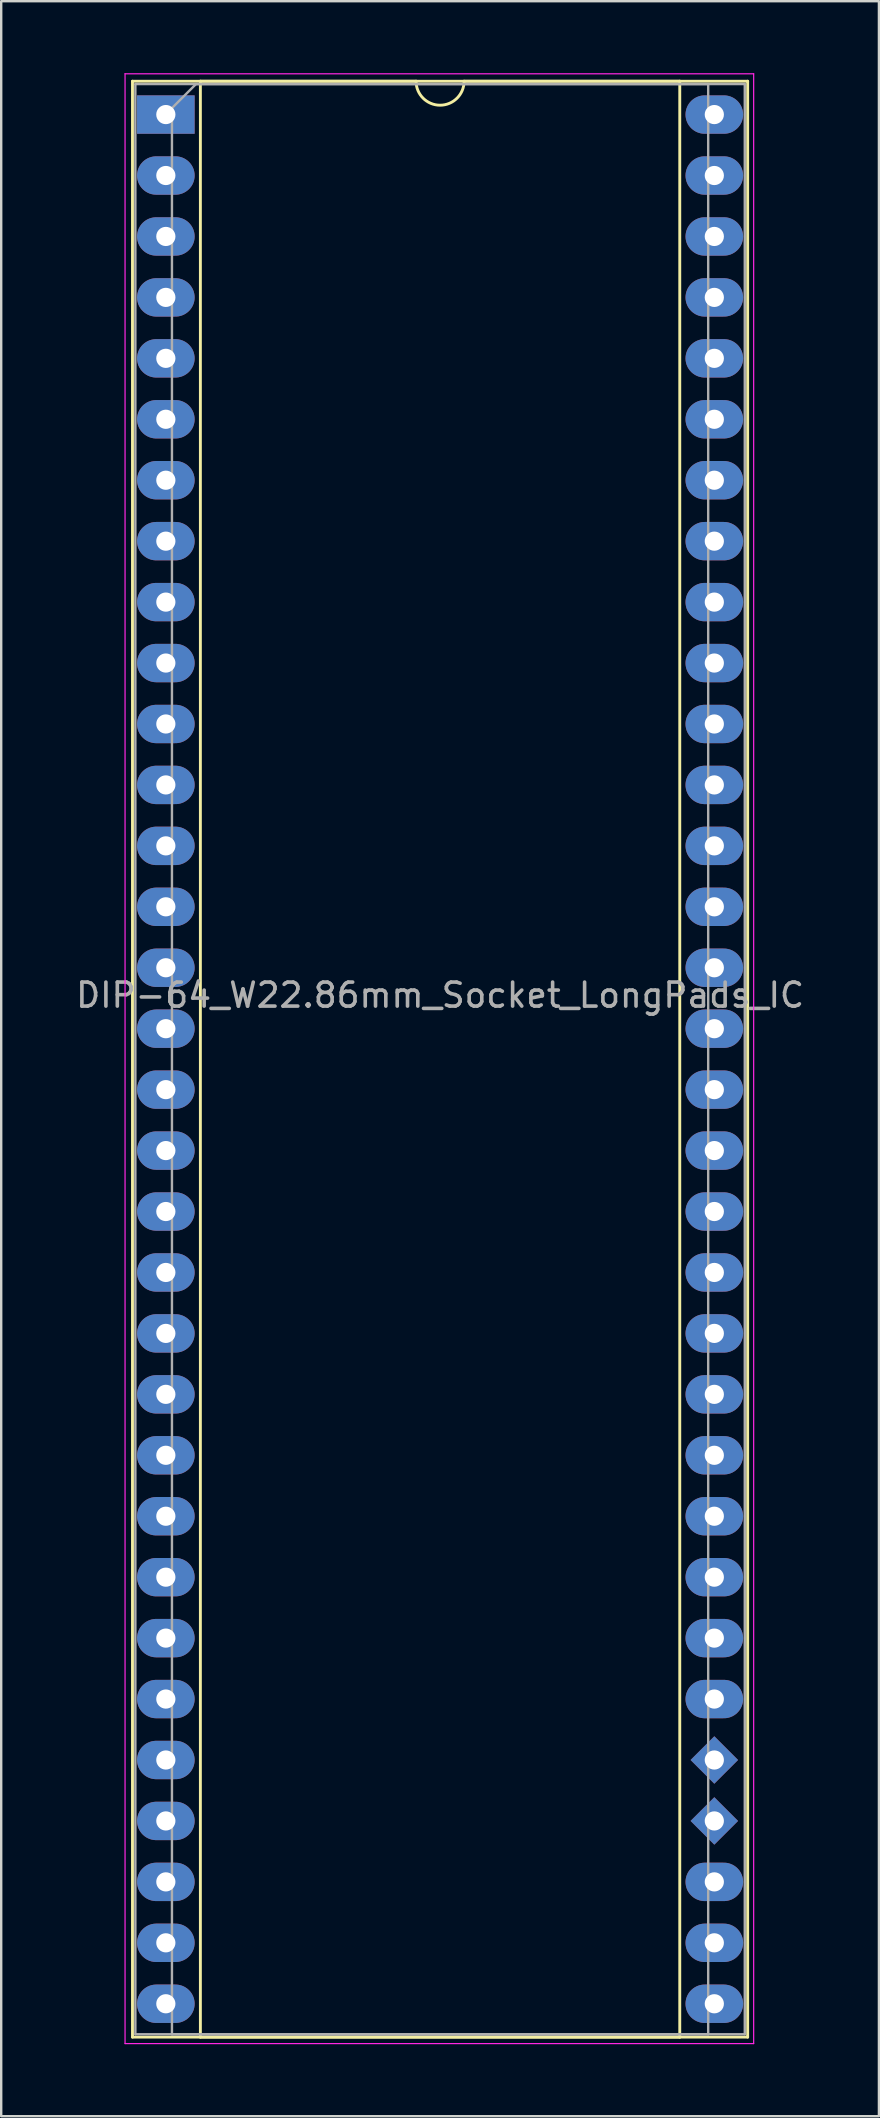
<source format=kicad_pcb>
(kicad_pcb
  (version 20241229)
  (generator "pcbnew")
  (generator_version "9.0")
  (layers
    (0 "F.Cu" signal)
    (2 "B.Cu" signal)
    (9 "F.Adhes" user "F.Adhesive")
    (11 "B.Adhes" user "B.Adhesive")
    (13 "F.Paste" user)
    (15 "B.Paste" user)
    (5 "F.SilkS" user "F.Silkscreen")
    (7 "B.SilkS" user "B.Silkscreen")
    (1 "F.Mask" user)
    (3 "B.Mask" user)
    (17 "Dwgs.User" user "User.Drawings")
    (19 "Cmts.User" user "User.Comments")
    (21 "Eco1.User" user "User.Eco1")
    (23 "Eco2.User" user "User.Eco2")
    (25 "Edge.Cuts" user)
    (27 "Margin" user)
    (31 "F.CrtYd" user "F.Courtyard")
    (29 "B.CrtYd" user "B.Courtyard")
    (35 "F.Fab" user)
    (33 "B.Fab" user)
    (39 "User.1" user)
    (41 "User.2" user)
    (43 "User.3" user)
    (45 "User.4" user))
  (footprint "DIP-64_W22.86mm_Socket_LongPads_IC"
    (layer "F.Cu")
    (at 3.862 1.725)
    (property "Reference" "DIP-64_W22.86mm_Socket_LongPads_IC" (at 11.43 36.703 0) (layer "F.Fab") (effects (font (size 1 1) (thickness 0.15))))
    (attr through_hole)
    (fp_line (start -1.39 -1.39) (end -1.39 80.13) (stroke (width 0.12) (type solid)) (layer "F.SilkS"))
    (fp_line (start -1.39 80.13) (end 24.25 80.13) (stroke (width 0.12) (type solid)) (layer "F.SilkS"))
    (fp_line (start 1.44 -1.39) (end 1.44 80.13) (stroke (width 0.12) (type solid)) (layer "F.SilkS"))
    (fp_line (start 1.44 80.13) (end 21.42 80.13) (stroke (width 0.12) (type solid)) (layer "F.SilkS"))
    (fp_line (start 10.43 -1.39) (end 1.44 -1.39) (stroke (width 0.12) (type solid)) (layer "F.SilkS"))
    (fp_line (start 21.42 -1.39) (end 12.43 -1.39) (stroke (width 0.12) (type solid)) (layer "F.SilkS"))
    (fp_line (start 21.42 80.13) (end 21.42 -1.39) (stroke (width 0.12) (type solid)) (layer "F.SilkS"))
    (fp_line (start 24.25 -1.39) (end -1.39 -1.39) (stroke (width 0.12) (type solid)) (layer "F.SilkS"))
    (fp_line (start 24.25 80.13) (end 24.25 -1.39) (stroke (width 0.12) (type solid)) (layer "F.SilkS"))
    (fp_arc (start 12.43 -1.39) (mid 11.43 -0.39) (end 10.43 -1.39) (stroke (width 0.12) (type solid)) (layer "F.SilkS"))
    (fp_line (start -1.7 -1.7) (end -1.7 80.4) (stroke (width 0.05) (type solid)) (layer "F.CrtYd"))
    (fp_line (start -1.7 80.4) (end 24.5 80.4) (stroke (width 0.05) (type solid)) (layer "F.CrtYd"))
    (fp_line (start 24.5 -1.7) (end -1.7 -1.7) (stroke (width 0.05) (type solid)) (layer "F.CrtYd"))
    (fp_line (start 24.5 80.4) (end 24.5 -1.7) (stroke (width 0.05) (type solid)) (layer "F.CrtYd"))
    (fp_line (start -1.27 -1.27) (end -1.27 80.01) (stroke (width 0.1) (type solid)) (layer "F.Fab"))
    (fp_line (start -1.27 80.01) (end 24.13 80.01) (stroke (width 0.1) (type solid)) (layer "F.Fab"))
    (fp_line (start 0.255 -0.27) (end 1.255 -1.27) (stroke (width 0.1) (type solid)) (layer "F.Fab"))
    (fp_line (start 0.255 80.01) (end 0.255 -0.27) (stroke (width 0.1) (type solid)) (layer "F.Fab"))
    (fp_line (start 1.255 -1.27) (end 22.605 -1.27) (stroke (width 0.1) (type solid)) (layer "F.Fab"))
    (fp_line (start 22.605 -1.27) (end 22.605 80.01) (stroke (width 0.1) (type solid)) (layer "F.Fab"))
    (fp_line (start 22.605 80.01) (end 0.255 80.01) (stroke (width 0.1) (type solid)) (layer "F.Fab"))
    (fp_line (start 24.13 -1.27) (end -1.27 -1.27) (stroke (width 0.1) (type solid)) (layer "F.Fab"))
    (fp_line (start 24.13 80.01) (end 24.13 -1.27) (stroke (width 0.1) (type solid)) (layer "F.Fab"))
    (pad "1" thru_hole rect (at 0 0) (size 2.4 1.6) (drill 0.8) (layers "*.Cu" "*.Mask"))
    (pad "2" thru_hole oval (at 0 2.54) (size 2.4 1.6) (drill 0.8) (layers "*.Cu" "*.Mask"))
    (pad "3" thru_hole oval (at 0 5.08) (size 2.4 1.6) (drill 0.8) (layers "*.Cu" "*.Mask"))
    (pad "4" thru_hole oval (at 0 7.62) (size 2.4 1.6) (drill 0.8) (layers "*.Cu" "*.Mask"))
    (pad "5" thru_hole oval (at 0 10.16) (size 2.4 1.6) (drill 0.8) (layers "*.Cu" "*.Mask"))
    (pad "6" thru_hole oval (at 0 12.7) (size 2.4 1.6) (drill 0.8) (layers "*.Cu" "*.Mask"))
    (pad "7" thru_hole oval (at 0 15.24) (size 2.4 1.6) (drill 0.8) (layers "*.Cu" "*.Mask"))
    (pad "8" thru_hole oval (at 0 17.78) (size 2.4 1.6) (drill 0.8) (layers "*.Cu" "*.Mask"))
    (pad "9" thru_hole oval (at 0 20.32) (size 2.4 1.6) (drill 0.8) (layers "*.Cu" "*.Mask"))
    (pad "10" thru_hole oval (at 0 22.86) (size 2.4 1.6) (drill 0.8) (layers "*.Cu" "*.Mask"))
    (pad "11" thru_hole oval (at 0 25.4) (size 2.4 1.6) (drill 0.8) (layers "*.Cu" "*.Mask"))
    (pad "12" thru_hole oval (at 0 27.94) (size 2.4 1.6) (drill 0.8) (layers "*.Cu" "*.Mask"))
    (pad "13" thru_hole oval (at 0 30.48) (size 2.4 1.6) (drill 0.8) (layers "*.Cu" "*.Mask"))
    (pad "14" thru_hole oval (at 0 33.02) (size 2.4 1.6) (drill 0.8) (layers "*.Cu" "*.Mask"))
    (pad "15" thru_hole oval (at 0 35.56) (size 2.4 1.6) (drill 0.8) (layers "*.Cu" "*.Mask"))
    (pad "16" thru_hole oval (at 0 38.1) (size 2.4 1.6) (drill 0.8) (layers "*.Cu" "*.Mask"))
    (pad "17" thru_hole oval (at 0 40.64) (size 2.4 1.6) (drill 0.8) (layers "*.Cu" "*.Mask"))
    (pad "18" thru_hole oval (at 0 43.18) (size 2.4 1.6) (drill 0.8) (layers "*.Cu" "*.Mask"))
    (pad "19" thru_hole oval (at 0 45.72) (size 2.4 1.6) (drill 0.8) (layers "*.Cu" "*.Mask"))
    (pad "20" thru_hole oval (at 0 48.26) (size 2.4 1.6) (drill 0.8) (layers "*.Cu" "*.Mask"))
    (pad "21" thru_hole oval (at 0 50.8) (size 2.4 1.6) (drill 0.8) (layers "*.Cu" "*.Mask"))
    (pad "22" thru_hole oval (at 0 53.34) (size 2.4 1.6) (drill 0.8) (layers "*.Cu" "*.Mask"))
    (pad "23" thru_hole oval (at 0 55.88) (size 2.4 1.6) (drill 0.8) (layers "*.Cu" "*.Mask"))
    (pad "24" thru_hole oval (at 0 58.42) (size 2.4 1.6) (drill 0.8) (layers "*.Cu" "*.Mask"))
    (pad "25" thru_hole oval (at 0 60.96) (size 2.4 1.6) (drill 0.8) (layers "*.Cu" "*.Mask"))
    (pad "26" thru_hole oval (at 0 63.5) (size 2.4 1.6) (drill 0.8) (layers "*.Cu" "*.Mask"))
    (pad "27" thru_hole oval (at 0 66.04) (size 2.4 1.6) (drill 0.8) (layers "*.Cu" "*.Mask"))
    (pad "28" thru_hole oval (at 0 68.58) (size 2.4 1.6) (drill 0.8) (layers "*.Cu" "*.Mask"))
    (pad "29" thru_hole oval (at 0 71.12) (size 2.4 1.6) (drill 0.8) (layers "*.Cu" "*.Mask"))
    (pad "30" thru_hole oval (at 0 73.66) (size 2.4 1.6) (drill 0.8) (layers "*.Cu" "*.Mask"))
    (pad "31" thru_hole oval (at 0 76.2) (size 2.4 1.6) (drill 0.8) (layers "*.Cu" "*.Mask"))
    (pad "32" thru_hole oval (at 0 78.74) (size 2.4 1.6) (drill 0.8) (layers "*.Cu" "*.Mask"))
    (pad "33" thru_hole oval (at 22.86 78.74) (size 2.4 1.6) (drill 0.8) (layers "*.Cu" "*.Mask"))
    (pad "34" thru_hole oval (at 22.86 76.2) (size 2.4 1.6) (drill 0.8) (layers "*.Cu" "*.Mask"))
    (pad "35" thru_hole oval (at 22.86 73.66) (size 2.4 1.6) (drill 0.8) (layers "*.Cu" "*.Mask"))
    (pad "36" thru_hole trapezoid (at 22.86 71.12 45) (size 1.4 1.4) (drill 0.8) (layers "*.Cu" "*.Mask"))
    (pad "37" thru_hole trapezoid (at 22.86 68.58 45) (size 1.4 1.4) (drill 0.8) (layers "*.Cu" "*.Mask"))
    (pad "38" thru_hole oval (at 22.86 66.04) (size 2.4 1.6) (drill 0.8) (layers "*.Cu" "*.Mask"))
    (pad "39" thru_hole oval (at 22.86 63.5) (size 2.4 1.6) (drill 0.8) (layers "*.Cu" "*.Mask"))
    (pad "40" thru_hole oval (at 22.86 60.96) (size 2.4 1.6) (drill 0.8) (layers "*.Cu" "*.Mask"))
    (pad "41" thru_hole oval (at 22.86 58.42) (size 2.4 1.6) (drill 0.8) (layers "*.Cu" "*.Mask"))
    (pad "42" thru_hole oval (at 22.86 55.88) (size 2.4 1.6) (drill 0.8) (layers "*.Cu" "*.Mask"))
    (pad "43" thru_hole oval (at 22.86 53.34) (size 2.4 1.6) (drill 0.8) (layers "*.Cu" "*.Mask"))
    (pad "44" thru_hole oval (at 22.86 50.8) (size 2.4 1.6) (drill 0.8) (layers "*.Cu" "*.Mask"))
    (pad "45" thru_hole oval (at 22.86 48.26) (size 2.4 1.6) (drill 0.8) (layers "*.Cu" "*.Mask"))
    (pad "46" thru_hole oval (at 22.86 45.72) (size 2.4 1.6) (drill 0.8) (layers "*.Cu" "*.Mask"))
    (pad "47" thru_hole oval (at 22.86 43.18) (size 2.4 1.6) (drill 0.8) (layers "*.Cu" "*.Mask"))
    (pad "48" thru_hole oval (at 22.86 40.64) (size 2.4 1.6) (drill 0.8) (layers "*.Cu" "*.Mask"))
    (pad "49" thru_hole oval (at 22.86 38.1) (size 2.4 1.6) (drill 0.8) (layers "*.Cu" "*.Mask"))
    (pad "50" thru_hole oval (at 22.86 35.56) (size 2.4 1.6) (drill 0.8) (layers "*.Cu" "*.Mask"))
    (pad "51" thru_hole oval (at 22.86 33.02) (size 2.4 1.6) (drill 0.8) (layers "*.Cu" "*.Mask"))
    (pad "52" thru_hole oval (at 22.86 30.48) (size 2.4 1.6) (drill 0.8) (layers "*.Cu" "*.Mask"))
    (pad "53" thru_hole oval (at 22.86 27.94) (size 2.4 1.6) (drill 0.8) (layers "*.Cu" "*.Mask"))
    (pad "54" thru_hole oval (at 22.86 25.4) (size 2.4 1.6) (drill 0.8) (layers "*.Cu" "*.Mask"))
    (pad "55" thru_hole oval (at 22.86 22.86) (size 2.4 1.6) (drill 0.8) (layers "*.Cu" "*.Mask"))
    (pad "56" thru_hole oval (at 22.86 20.32) (size 2.4 1.6) (drill 0.8) (layers "*.Cu" "*.Mask"))
    (pad "57" thru_hole oval (at 22.86 17.78) (size 2.4 1.6) (drill 0.8) (layers "*.Cu" "*.Mask"))
    (pad "58" thru_hole oval (at 22.86 15.24) (size 2.4 1.6) (drill 0.8) (layers "*.Cu" "*.Mask"))
    (pad "59" thru_hole oval (at 22.86 12.7) (size 2.4 1.6) (drill 0.8) (layers "*.Cu" "*.Mask"))
    (pad "60" thru_hole oval (at 22.86 10.16) (size 2.4 1.6) (drill 0.8) (layers "*.Cu" "*.Mask"))
    (pad "61" thru_hole oval (at 22.86 7.62) (size 2.4 1.6) (drill 0.8) (layers "*.Cu" "*.Mask"))
    (pad "62" thru_hole oval (at 22.86 5.08) (size 2.4 1.6) (drill 0.8) (layers "*.Cu" "*.Mask"))
    (pad "63" thru_hole oval (at 22.86 2.54) (size 2.4 1.6) (drill 0.8) (layers "*.Cu" "*.Mask"))
    (pad "64" thru_hole oval (at 22.86 0) (size 2.4 1.6) (drill 0.8) (layers "*.Cu" "*.Mask")))
  (gr_rect
    (start -3 -3)
    (end 33.583 85.15)
    (stroke (width 0.1) (type default))
    (fill no)
    (layer "Edge.Cuts")))
</source>
